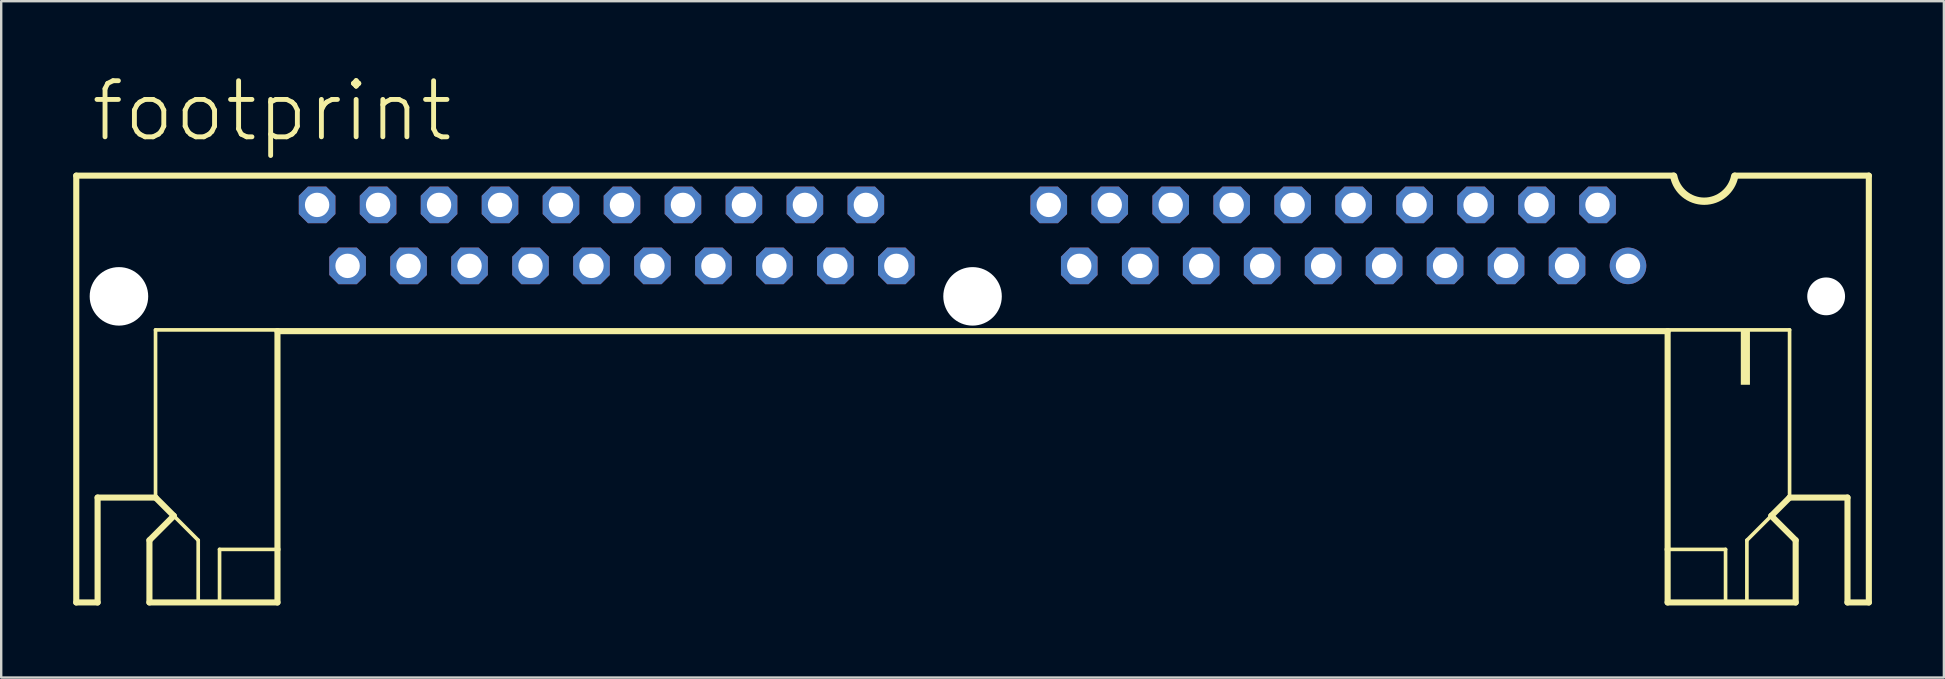
<source format=kicad_pcb>
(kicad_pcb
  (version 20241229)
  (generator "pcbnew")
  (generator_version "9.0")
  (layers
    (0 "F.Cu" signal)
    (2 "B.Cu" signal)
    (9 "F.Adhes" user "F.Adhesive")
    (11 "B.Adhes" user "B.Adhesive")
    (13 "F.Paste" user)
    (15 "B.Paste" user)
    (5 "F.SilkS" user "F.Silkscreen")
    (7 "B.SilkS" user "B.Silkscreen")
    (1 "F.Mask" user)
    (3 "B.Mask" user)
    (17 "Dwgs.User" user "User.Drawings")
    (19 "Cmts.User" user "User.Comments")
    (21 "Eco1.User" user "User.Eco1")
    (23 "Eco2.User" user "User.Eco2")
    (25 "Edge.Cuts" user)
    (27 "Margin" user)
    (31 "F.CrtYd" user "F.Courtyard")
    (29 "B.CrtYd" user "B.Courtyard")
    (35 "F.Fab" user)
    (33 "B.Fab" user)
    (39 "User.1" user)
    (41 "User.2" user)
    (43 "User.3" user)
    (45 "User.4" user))
  (footprint "footprint"
    (layer "F.Cu")
    (at 37.465 6.756)
    (property "Reference" "footprint" (at -36.83 -3.81 0) (layer "F.SilkS") (effects (font (size 2.337 2.337) (thickness 0.203)) (justify left bottom)))
    (fp_line (start -37.338 -2.489) (end 29.21 -2.489) (stroke (width 0.254) (type solid)) (layer "F.SilkS"))
    (fp_line (start -37.338 15.291) (end -37.338 -2.489) (stroke (width 0.254) (type solid)) (layer "F.SilkS"))
    (fp_line (start -36.449 10.922) (end -36.449 15.291) (stroke (width 0.254) (type solid)) (layer "F.SilkS"))
    (fp_line (start -36.449 15.291) (end -37.338 15.291) (stroke (width 0.254) (type solid)) (layer "F.SilkS"))
    (fp_line (start -34.29 12.7) (end -33.274 11.684) (stroke (width 0.254) (type solid)) (layer "F.SilkS"))
    (fp_line (start -34.29 15.291) (end -34.29 12.7) (stroke (width 0.254) (type solid)) (layer "F.SilkS"))
    (fp_line (start -34.036 3.937) (end -34.036 10.922) (stroke (width 0.152) (type solid)) (layer "F.SilkS"))
    (fp_line (start -34.036 10.922) (end -36.449 10.922) (stroke (width 0.254) (type solid)) (layer "F.SilkS"))
    (fp_line (start -33.274 11.684) (end -34.036 10.922) (stroke (width 0.254) (type solid)) (layer "F.SilkS"))
    (fp_line (start -33.274 11.684) (end -32.258 12.7) (stroke (width 0.152) (type solid)) (layer "F.SilkS"))
    (fp_line (start -32.258 12.7) (end -32.258 15.24) (stroke (width 0.152) (type solid)) (layer "F.SilkS"))
    (fp_line (start -31.369 13.081) (end -31.369 15.24) (stroke (width 0.152) (type solid)) (layer "F.SilkS"))
    (fp_line (start -31.369 13.081) (end -28.956 13.081) (stroke (width 0.152) (type solid)) (layer "F.SilkS"))
    (fp_line (start -28.956 3.937) (end -34.036 3.937) (stroke (width 0.152) (type solid)) (layer "F.SilkS"))
    (fp_line (start -28.956 3.988) (end -28.956 13.081) (stroke (width 0.254) (type solid)) (layer "F.SilkS"))
    (fp_line (start -28.956 13.081) (end -28.956 15.291) (stroke (width 0.254) (type solid)) (layer "F.SilkS"))
    (fp_line (start -28.956 15.291) (end -34.29 15.291) (stroke (width 0.254) (type solid)) (layer "F.SilkS"))
    (fp_line (start 28.956 3.937) (end 34.036 3.937) (stroke (width 0.152) (type solid)) (layer "F.SilkS"))
    (fp_line (start 28.956 3.988) (end -28.956 3.988) (stroke (width 0.254) (type solid)) (layer "F.SilkS"))
    (fp_line (start 28.956 3.988) (end 28.956 13.081) (stroke (width 0.254) (type solid)) (layer "F.SilkS"))
    (fp_line (start 28.956 13.081) (end 28.956 15.291) (stroke (width 0.254) (type solid)) (layer "F.SilkS"))
    (fp_line (start 28.956 15.291) (end 34.29 15.291) (stroke (width 0.254) (type solid)) (layer "F.SilkS"))
    (fp_line (start 31.369 13.081) (end 28.956 13.081) (stroke (width 0.152) (type solid)) (layer "F.SilkS"))
    (fp_line (start 31.369 13.081) (end 31.369 15.24) (stroke (width 0.152) (type solid)) (layer "F.SilkS"))
    (fp_line (start 31.75 -2.489) (end 37.338 -2.489) (stroke (width 0.254) (type solid)) (layer "F.SilkS"))
    (fp_line (start 32.258 12.7) (end 32.258 15.24) (stroke (width 0.152) (type solid)) (layer "F.SilkS"))
    (fp_line (start 33.274 11.684) (end 32.258 12.7) (stroke (width 0.152) (type solid)) (layer "F.SilkS"))
    (fp_line (start 33.274 11.684) (end 34.036 10.922) (stroke (width 0.254) (type solid)) (layer "F.SilkS"))
    (fp_line (start 34.036 3.937) (end 34.036 10.922) (stroke (width 0.152) (type solid)) (layer "F.SilkS"))
    (fp_line (start 34.036 10.922) (end 36.449 10.922) (stroke (width 0.254) (type solid)) (layer "F.SilkS"))
    (fp_line (start 34.29 12.7) (end 33.274 11.684) (stroke (width 0.254) (type solid)) (layer "F.SilkS"))
    (fp_line (start 34.29 15.291) (end 34.29 12.7) (stroke (width 0.254) (type solid)) (layer "F.SilkS"))
    (fp_line (start 36.449 10.922) (end 36.449 15.291) (stroke (width 0.254) (type solid)) (layer "F.SilkS"))
    (fp_line (start 36.449 15.291) (end 37.338 15.291) (stroke (width 0.254) (type solid)) (layer "F.SilkS"))
    (fp_line (start 37.338 15.291) (end 37.338 -2.489) (stroke (width 0.254) (type solid)) (layer "F.SilkS"))
    (fp_arc (start 31.75 -2.465) (mid 30.48 -1.423849) (end 29.21 -2.465) (stroke (width 0.3048) (type solid)) (layer "F.SilkS"))
    (fp_poly (pts (xy 32.004 6.223) (xy 32.385 6.223) (xy 32.385 3.937) (xy 32.004 3.937)) (stroke (width 0) (type solid)) (fill yes) (layer "F.SilkS"))
    (pad "" np_thru_hole circle (at -35.56 2.54) (size 2.438 2.438) (drill 2.438) (layers "*.Cu" "*.Mask"))
    (pad "" np_thru_hole circle (at 0 2.54) (size 2.438 2.438) (drill 2.438) (layers "*.Cu" "*.Mask"))
    (pad "" np_thru_hole circle (at 35.56 2.54) (size 1.575 1.575) (drill 1.575) (layers "*.Cu" "*.Mask"))
    (pad "1" thru_hole circle (at 27.305 1.27) (size 1.524 1.524) (drill 1.016) (layers "*.Cu" "*.Mask"))
    (pad "2" thru_hole roundrect (at 26.035 -1.27) (size 1.524 1.524) (drill 1.016) (layers "*.Cu" "*.Mask") (roundrect_rratio 0.25) (chamfer_ratio 0.25) (chamfer top_left top_right bottom_left bottom_right))
    (pad "3" thru_hole roundrect (at 24.765 1.27) (size 1.524 1.524) (drill 1.016) (layers "*.Cu" "*.Mask") (roundrect_rratio 0.25) (chamfer_ratio 0.25) (chamfer top_left top_right bottom_left bottom_right))
    (pad "4" thru_hole roundrect (at 23.495 -1.27) (size 1.524 1.524) (drill 1.016) (layers "*.Cu" "*.Mask") (roundrect_rratio 0.25) (chamfer_ratio 0.25) (chamfer top_left top_right bottom_left bottom_right))
    (pad "5" thru_hole roundrect (at 22.225 1.27) (size 1.524 1.524) (drill 1.016) (layers "*.Cu" "*.Mask") (roundrect_rratio 0.25) (chamfer_ratio 0.25) (chamfer top_left top_right bottom_left bottom_right))
    (pad "6" thru_hole roundrect (at 20.955 -1.27) (size 1.524 1.524) (drill 1.016) (layers "*.Cu" "*.Mask") (roundrect_rratio 0.25) (chamfer_ratio 0.25) (chamfer top_left top_right bottom_left bottom_right))
    (pad "7" thru_hole roundrect (at 19.685 1.27) (size 1.524 1.524) (drill 1.016) (layers "*.Cu" "*.Mask") (roundrect_rratio 0.25) (chamfer_ratio 0.25) (chamfer top_left top_right bottom_left bottom_right))
    (pad "8" thru_hole roundrect (at 18.415 -1.27) (size 1.524 1.524) (drill 1.016) (layers "*.Cu" "*.Mask") (roundrect_rratio 0.25) (chamfer_ratio 0.25) (chamfer top_left top_right bottom_left bottom_right))
    (pad "9" thru_hole roundrect (at 17.145 1.27) (size 1.524 1.524) (drill 1.016) (layers "*.Cu" "*.Mask") (roundrect_rratio 0.25) (chamfer_ratio 0.25) (chamfer top_left top_right bottom_left bottom_right))
    (pad "10" thru_hole roundrect (at 15.875 -1.27) (size 1.524 1.524) (drill 1.016) (layers "*.Cu" "*.Mask") (roundrect_rratio 0.25) (chamfer_ratio 0.25) (chamfer top_left top_right bottom_left bottom_right))
    (pad "11" thru_hole roundrect (at 14.605 1.27) (size 1.524 1.524) (drill 1.016) (layers "*.Cu" "*.Mask") (roundrect_rratio 0.25) (chamfer_ratio 0.25) (chamfer top_left top_right bottom_left bottom_right))
    (pad "12" thru_hole roundrect (at 13.335 -1.27) (size 1.524 1.524) (drill 1.016) (layers "*.Cu" "*.Mask") (roundrect_rratio 0.25) (chamfer_ratio 0.25) (chamfer top_left top_right bottom_left bottom_right))
    (pad "13" thru_hole roundrect (at 12.065 1.27) (size 1.524 1.524) (drill 1.016) (layers "*.Cu" "*.Mask") (roundrect_rratio 0.25) (chamfer_ratio 0.25) (chamfer top_left top_right bottom_left bottom_right))
    (pad "14" thru_hole roundrect (at 10.795 -1.27) (size 1.524 1.524) (drill 1.016) (layers "*.Cu" "*.Mask") (roundrect_rratio 0.25) (chamfer_ratio 0.25) (chamfer top_left top_right bottom_left bottom_right))
    (pad "15" thru_hole roundrect (at 9.525 1.27) (size 1.524 1.524) (drill 1.016) (layers "*.Cu" "*.Mask") (roundrect_rratio 0.25) (chamfer_ratio 0.25) (chamfer top_left top_right bottom_left bottom_right))
    (pad "16" thru_hole roundrect (at 8.255 -1.27) (size 1.524 1.524) (drill 1.016) (layers "*.Cu" "*.Mask") (roundrect_rratio 0.25) (chamfer_ratio 0.25) (chamfer top_left top_right bottom_left bottom_right))
    (pad "17" thru_hole roundrect (at 6.985 1.27) (size 1.524 1.524) (drill 1.016) (layers "*.Cu" "*.Mask") (roundrect_rratio 0.25) (chamfer_ratio 0.25) (chamfer top_left top_right bottom_left bottom_right))
    (pad "18" thru_hole roundrect (at 5.715 -1.27) (size 1.524 1.524) (drill 1.016) (layers "*.Cu" "*.Mask") (roundrect_rratio 0.25) (chamfer_ratio 0.25) (chamfer top_left top_right bottom_left bottom_right))
    (pad "19" thru_hole roundrect (at 4.445 1.27) (size 1.524 1.524) (drill 1.016) (layers "*.Cu" "*.Mask") (roundrect_rratio 0.25) (chamfer_ratio 0.25) (chamfer top_left top_right bottom_left bottom_right))
    (pad "20" thru_hole roundrect (at 3.175 -1.27) (size 1.524 1.524) (drill 1.016) (layers "*.Cu" "*.Mask") (roundrect_rratio 0.25) (chamfer_ratio 0.25) (chamfer top_left top_right bottom_left bottom_right))
    (pad "21" thru_hole roundrect (at -3.175 1.27) (size 1.524 1.524) (drill 1.016) (layers "*.Cu" "*.Mask") (roundrect_rratio 0.25) (chamfer_ratio 0.25) (chamfer top_left top_right bottom_left bottom_right))
    (pad "22" thru_hole roundrect (at -4.445 -1.27) (size 1.524 1.524) (drill 1.016) (layers "*.Cu" "*.Mask") (roundrect_rratio 0.25) (chamfer_ratio 0.25) (chamfer top_left top_right bottom_left bottom_right))
    (pad "23" thru_hole roundrect (at -5.715 1.27) (size 1.524 1.524) (drill 1.016) (layers "*.Cu" "*.Mask") (roundrect_rratio 0.25) (chamfer_ratio 0.25) (chamfer top_left top_right bottom_left bottom_right))
    (pad "24" thru_hole roundrect (at -6.985 -1.27) (size 1.524 1.524) (drill 1.016) (layers "*.Cu" "*.Mask") (roundrect_rratio 0.25) (chamfer_ratio 0.25) (chamfer top_left top_right bottom_left bottom_right))
    (pad "25" thru_hole roundrect (at -8.255 1.27) (size 1.524 1.524) (drill 1.016) (layers "*.Cu" "*.Mask") (roundrect_rratio 0.25) (chamfer_ratio 0.25) (chamfer top_left top_right bottom_left bottom_right))
    (pad "26" thru_hole roundrect (at -9.525 -1.27) (size 1.524 1.524) (drill 1.016) (layers "*.Cu" "*.Mask") (roundrect_rratio 0.25) (chamfer_ratio 0.25) (chamfer top_left top_right bottom_left bottom_right))
    (pad "27" thru_hole roundrect (at -10.795 1.27) (size 1.524 1.524) (drill 1.016) (layers "*.Cu" "*.Mask") (roundrect_rratio 0.25) (chamfer_ratio 0.25) (chamfer top_left top_right bottom_left bottom_right))
    (pad "28" thru_hole roundrect (at -12.065 -1.27) (size 1.524 1.524) (drill 1.016) (layers "*.Cu" "*.Mask") (roundrect_rratio 0.25) (chamfer_ratio 0.25) (chamfer top_left top_right bottom_left bottom_right))
    (pad "29" thru_hole roundrect (at -13.335 1.27) (size 1.524 1.524) (drill 1.016) (layers "*.Cu" "*.Mask") (roundrect_rratio 0.25) (chamfer_ratio 0.25) (chamfer top_left top_right bottom_left bottom_right))
    (pad "30" thru_hole roundrect (at -14.605 -1.27) (size 1.524 1.524) (drill 1.016) (layers "*.Cu" "*.Mask") (roundrect_rratio 0.25) (chamfer_ratio 0.25) (chamfer top_left top_right bottom_left bottom_right))
    (pad "31" thru_hole roundrect (at -15.875 1.27) (size 1.524 1.524) (drill 1.016) (layers "*.Cu" "*.Mask") (roundrect_rratio 0.25) (chamfer_ratio 0.25) (chamfer top_left top_right bottom_left bottom_right))
    (pad "32" thru_hole roundrect (at -17.145 -1.27) (size 1.524 1.524) (drill 1.016) (layers "*.Cu" "*.Mask") (roundrect_rratio 0.25) (chamfer_ratio 0.25) (chamfer top_left top_right bottom_left bottom_right))
    (pad "33" thru_hole roundrect (at -18.415 1.27) (size 1.524 1.524) (drill 1.016) (layers "*.Cu" "*.Mask") (roundrect_rratio 0.25) (chamfer_ratio 0.25) (chamfer top_left top_right bottom_left bottom_right))
    (pad "34" thru_hole roundrect (at -19.685 -1.27) (size 1.524 1.524) (drill 1.016) (layers "*.Cu" "*.Mask") (roundrect_rratio 0.25) (chamfer_ratio 0.25) (chamfer top_left top_right bottom_left bottom_right))
    (pad "35" thru_hole roundrect (at -20.955 1.27) (size 1.524 1.524) (drill 1.016) (layers "*.Cu" "*.Mask") (roundrect_rratio 0.25) (chamfer_ratio 0.25) (chamfer top_left top_right bottom_left bottom_right))
    (pad "36" thru_hole roundrect (at -22.225 -1.27) (size 1.524 1.524) (drill 1.016) (layers "*.Cu" "*.Mask") (roundrect_rratio 0.25) (chamfer_ratio 0.25) (chamfer top_left top_right bottom_left bottom_right))
    (pad "37" thru_hole roundrect (at -23.495 1.27) (size 1.524 1.524) (drill 1.016) (layers "*.Cu" "*.Mask") (roundrect_rratio 0.25) (chamfer_ratio 0.25) (chamfer top_left top_right bottom_left bottom_right))
    (pad "38" thru_hole roundrect (at -24.765 -1.27) (size 1.524 1.524) (drill 1.016) (layers "*.Cu" "*.Mask") (roundrect_rratio 0.25) (chamfer_ratio 0.25) (chamfer top_left top_right bottom_left bottom_right))
    (pad "39" thru_hole roundrect (at -26.035 1.27) (size 1.524 1.524) (drill 1.016) (layers "*.Cu" "*.Mask") (roundrect_rratio 0.25) (chamfer_ratio 0.25) (chamfer top_left top_right bottom_left bottom_right))
    (pad "40" thru_hole roundrect (at -27.305 -1.27) (size 1.524 1.524) (drill 1.016) (layers "*.Cu" "*.Mask") (roundrect_rratio 0.25) (chamfer_ratio 0.25) (chamfer top_left top_right bottom_left bottom_right)))
  (gr_rect
    (start -3 -3)
    (end 77.93 25.174)
    (stroke (width 0.1) (type default))
    (fill no)
    (layer "Edge.Cuts")))
</source>
